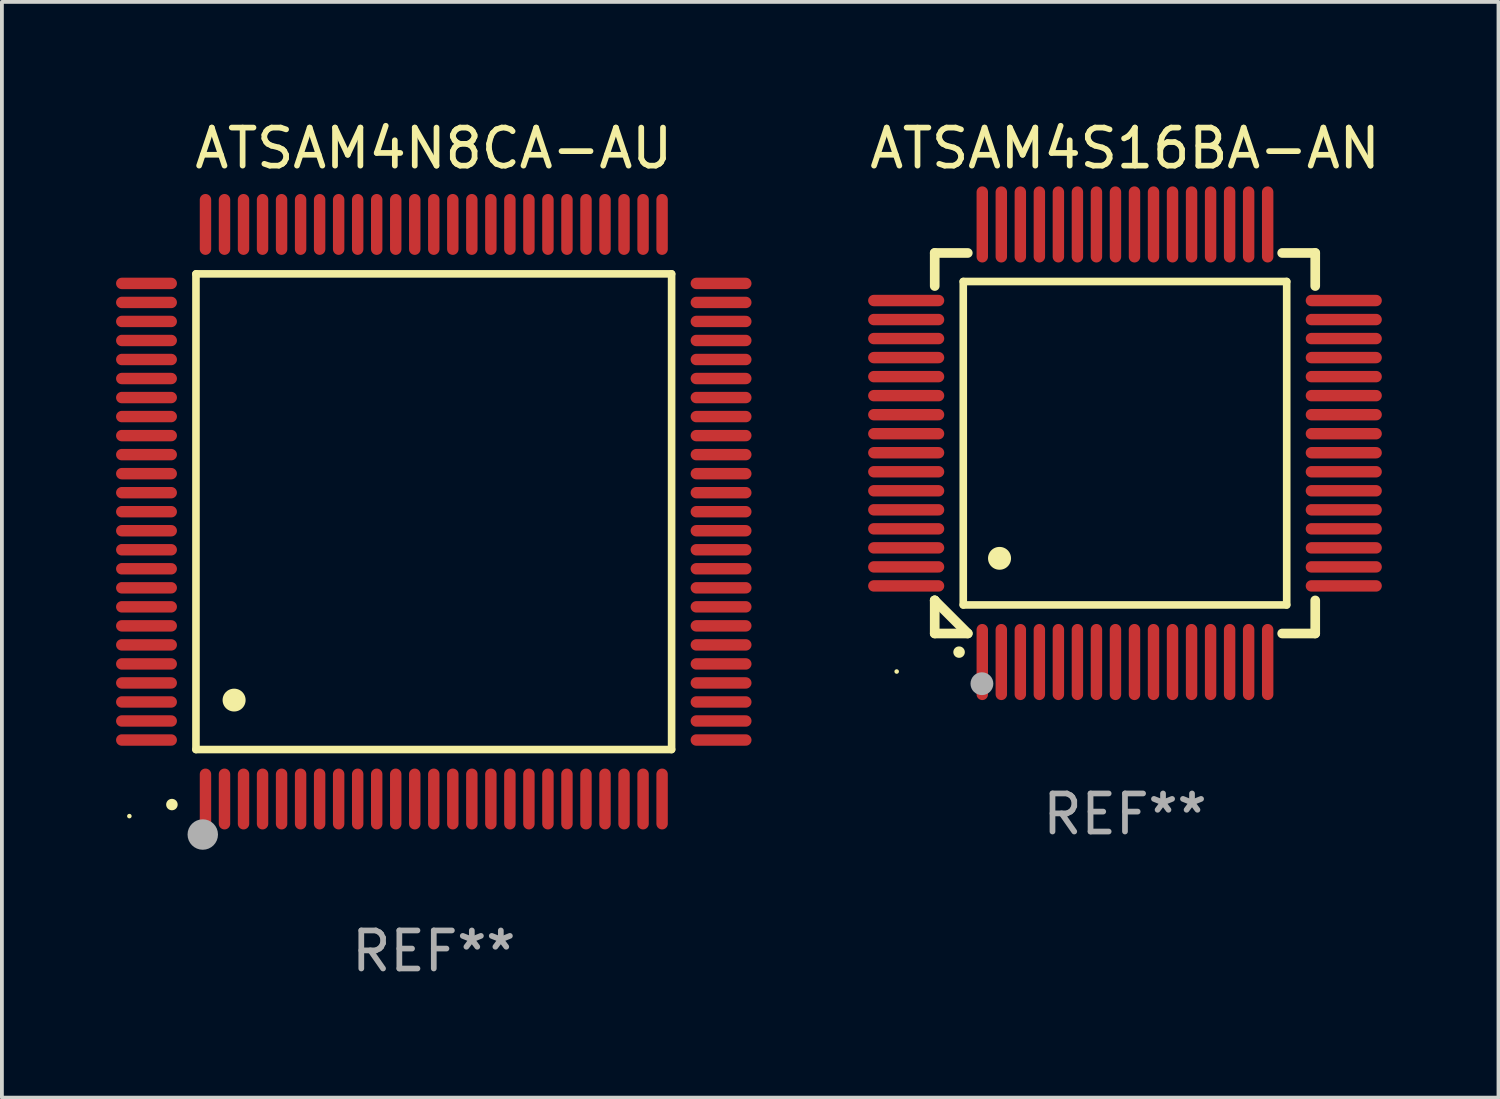
<source format=kicad_pcb>
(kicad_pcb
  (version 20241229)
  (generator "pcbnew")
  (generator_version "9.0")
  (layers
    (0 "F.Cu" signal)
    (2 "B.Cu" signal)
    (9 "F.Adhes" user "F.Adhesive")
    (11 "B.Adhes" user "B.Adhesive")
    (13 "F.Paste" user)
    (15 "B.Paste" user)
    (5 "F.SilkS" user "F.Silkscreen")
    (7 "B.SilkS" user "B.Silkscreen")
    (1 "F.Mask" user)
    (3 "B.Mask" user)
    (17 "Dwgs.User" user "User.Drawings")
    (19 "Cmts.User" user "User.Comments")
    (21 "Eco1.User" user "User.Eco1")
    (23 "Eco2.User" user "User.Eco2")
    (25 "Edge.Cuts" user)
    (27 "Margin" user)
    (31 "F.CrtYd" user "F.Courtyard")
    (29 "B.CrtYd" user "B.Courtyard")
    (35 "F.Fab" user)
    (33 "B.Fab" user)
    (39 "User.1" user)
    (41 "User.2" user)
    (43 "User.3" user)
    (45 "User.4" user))
  (footprint "ATSAM4S16BA-AN"
    (layer "F.Cu")
    (at 26.515 8.598)
    (property "Reference" "ATSAM4S16BA-AN" (at 0 -7.75 0) (layer "F.SilkS") (effects (font (size 1 1) (thickness 0.15))))
    (attr through_hole)
    (fp_line (start -5 -5) (end -4.131 -5) (stroke (width 0.254) (type solid)) (layer "F.SilkS"))
    (fp_line (start -5 -4.131) (end -5 -5) (stroke (width 0.254) (type solid)) (layer "F.SilkS"))
    (fp_line (start -5 4.131) (end -5 4.131) (stroke (width 0.254) (type solid)) (layer "F.SilkS"))
    (fp_line (start -5 5) (end -5 4.131) (stroke (width 0.254) (type solid)) (layer "F.SilkS"))
    (fp_line (start -5 4.131) (end -4.131 5) (stroke (width 0.254) (type solid)) (layer "F.SilkS"))
    (fp_line (start -4.25 -4.25) (end -4.25 4.25) (stroke (width 0.2) (type solid)) (layer "F.SilkS"))
    (fp_line (start -4.25 4.25) (end 4.25 4.25) (stroke (width 0.2) (type solid)) (layer "F.SilkS"))
    (fp_line (start -4.131 5) (end -5 5) (stroke (width 0.254) (type solid)) (layer "F.SilkS"))
    (fp_line (start 4.25 -4.25) (end -4.25 -4.25) (stroke (width 0.2) (type solid)) (layer "F.SilkS"))
    (fp_line (start 4.25 4.25) (end 4.25 -4.25) (stroke (width 0.2) (type solid)) (layer "F.SilkS"))
    (fp_line (start 5 -5) (end 4.131 -5) (stroke (width 0.254) (type solid)) (layer "F.SilkS"))
    (fp_line (start 5 -5) (end 5 -4.131) (stroke (width 0.254) (type solid)) (layer "F.SilkS"))
    (fp_line (start 5 4.131) (end 5 5) (stroke (width 0.254) (type solid)) (layer "F.SilkS"))
    (fp_line (start 5 5) (end 4.131 5) (stroke (width 0.254) (type solid)) (layer "F.SilkS"))
    (fp_arc (start -4.361265 5.489992) (mid -4.359995 5.489987) (end -4.358725 5.489992) (stroke (width 0.3) (type solid)) (layer "F.SilkS"))
    (fp_arc (start -3.299467 3.025146) (mid -3.296927 3.025135) (end -3.294387 3.025146) (stroke (width 0.6) (type solid)) (layer "F.SilkS"))
    (fp_circle (center -6 6) (end -5.97 6) (stroke (width 0.06) (type solid)) (fill no) (layer "F.SilkS"))
    (fp_circle (center -3.76 6.32) (end -3.61 6.32) (stroke (width 0.3) (type solid)) (fill no) (layer "F.Fab"))
    (fp_text user "REF**" (at 0 9.75 0) (layer "F.Fab") (effects (font (size 1 1) (thickness 0.15))))
    (pad "1" smd oval (at -3.75 5.75) (size 0.3 2) (layers "F.Cu" "F.Mask" "F.Paste"))
    (pad "2" smd oval (at -3.25 5.75) (size 0.3 2) (layers "F.Cu" "F.Mask" "F.Paste"))
    (pad "3" smd oval (at -2.75 5.75) (size 0.3 2) (layers "F.Cu" "F.Mask" "F.Paste"))
    (pad "4" smd oval (at -2.25 5.75) (size 0.3 2) (layers "F.Cu" "F.Mask" "F.Paste"))
    (pad "5" smd oval (at -1.75 5.75) (size 0.3 2) (layers "F.Cu" "F.Mask" "F.Paste"))
    (pad "6" smd oval (at -1.25 5.75) (size 0.3 2) (layers "F.Cu" "F.Mask" "F.Paste"))
    (pad "7" smd oval (at -0.75 5.75) (size 0.3 2) (layers "F.Cu" "F.Mask" "F.Paste"))
    (pad "8" smd oval (at -0.25 5.75) (size 0.3 2) (layers "F.Cu" "F.Mask" "F.Paste"))
    (pad "9" smd oval (at 0.25 5.75) (size 0.3 2) (layers "F.Cu" "F.Mask" "F.Paste"))
    (pad "10" smd oval (at 0.75 5.75) (size 0.3 2) (layers "F.Cu" "F.Mask" "F.Paste"))
    (pad "11" smd oval (at 1.25 5.75) (size 0.3 2) (layers "F.Cu" "F.Mask" "F.Paste"))
    (pad "12" smd oval (at 1.75 5.75) (size 0.3 2) (layers "F.Cu" "F.Mask" "F.Paste"))
    (pad "13" smd oval (at 2.25 5.75) (size 0.3 2) (layers "F.Cu" "F.Mask" "F.Paste"))
    (pad "14" smd oval (at 2.75 5.75) (size 0.3 2) (layers "F.Cu" "F.Mask" "F.Paste"))
    (pad "15" smd oval (at 3.25 5.75) (size 0.3 2) (layers "F.Cu" "F.Mask" "F.Paste"))
    (pad "16" smd oval (at 3.75 5.75) (size 0.3 2) (layers "F.Cu" "F.Mask" "F.Paste"))
    (pad "17" smd oval (at 5.75 3.75) (size 2 0.3) (layers "F.Cu" "F.Mask" "F.Paste"))
    (pad "18" smd oval (at 5.75 3.25) (size 2 0.3) (layers "F.Cu" "F.Mask" "F.Paste"))
    (pad "19" smd oval (at 5.75 2.75) (size 2 0.3) (layers "F.Cu" "F.Mask" "F.Paste"))
    (pad "20" smd oval (at 5.75 2.25) (size 2 0.3) (layers "F.Cu" "F.Mask" "F.Paste"))
    (pad "21" smd oval (at 5.75 1.75) (size 2 0.3) (layers "F.Cu" "F.Mask" "F.Paste"))
    (pad "22" smd oval (at 5.75 1.25) (size 2 0.3) (layers "F.Cu" "F.Mask" "F.Paste"))
    (pad "23" smd oval (at 5.75 0.75) (size 2 0.3) (layers "F.Cu" "F.Mask" "F.Paste"))
    (pad "24" smd oval (at 5.75 0.25) (size 2 0.3) (layers "F.Cu" "F.Mask" "F.Paste"))
    (pad "25" smd oval (at 5.75 -0.25) (size 2 0.3) (layers "F.Cu" "F.Mask" "F.Paste"))
    (pad "26" smd oval (at 5.75 -0.75) (size 2 0.3) (layers "F.Cu" "F.Mask" "F.Paste"))
    (pad "27" smd oval (at 5.75 -1.25) (size 2 0.3) (layers "F.Cu" "F.Mask" "F.Paste"))
    (pad "28" smd oval (at 5.75 -1.75) (size 2 0.3) (layers "F.Cu" "F.Mask" "F.Paste"))
    (pad "29" smd oval (at 5.75 -2.25) (size 2 0.3) (layers "F.Cu" "F.Mask" "F.Paste"))
    (pad "30" smd oval (at 5.75 -2.75) (size 2 0.3) (layers "F.Cu" "F.Mask" "F.Paste"))
    (pad "31" smd oval (at 5.75 -3.25) (size 2 0.3) (layers "F.Cu" "F.Mask" "F.Paste"))
    (pad "32" smd oval (at 5.75 -3.75) (size 2 0.3) (layers "F.Cu" "F.Mask" "F.Paste"))
    (pad "33" smd oval (at 3.75 -5.75) (size 0.3 2) (layers "F.Cu" "F.Mask" "F.Paste"))
    (pad "34" smd oval (at 3.25 -5.75) (size 0.3 2) (layers "F.Cu" "F.Mask" "F.Paste"))
    (pad "35" smd oval (at 2.75 -5.75) (size 0.3 2) (layers "F.Cu" "F.Mask" "F.Paste"))
    (pad "36" smd oval (at 2.25 -5.75) (size 0.3 2) (layers "F.Cu" "F.Mask" "F.Paste"))
    (pad "37" smd oval (at 1.75 -5.75) (size 0.3 2) (layers "F.Cu" "F.Mask" "F.Paste"))
    (pad "38" smd oval (at 1.25 -5.75) (size 0.3 2) (layers "F.Cu" "F.Mask" "F.Paste"))
    (pad "39" smd oval (at 0.75 -5.75) (size 0.3 2) (layers "F.Cu" "F.Mask" "F.Paste"))
    (pad "40" smd oval (at 0.25 -5.75) (size 0.3 2) (layers "F.Cu" "F.Mask" "F.Paste"))
    (pad "41" smd oval (at -0.25 -5.75) (size 0.3 2) (layers "F.Cu" "F.Mask" "F.Paste"))
    (pad "42" smd oval (at -0.75 -5.75) (size 0.3 2) (layers "F.Cu" "F.Mask" "F.Paste"))
    (pad "43" smd oval (at -1.25 -5.75) (size 0.3 2) (layers "F.Cu" "F.Mask" "F.Paste"))
    (pad "44" smd oval (at -1.75 -5.75) (size 0.3 2) (layers "F.Cu" "F.Mask" "F.Paste"))
    (pad "45" smd oval (at -2.25 -5.75) (size 0.3 2) (layers "F.Cu" "F.Mask" "F.Paste"))
    (pad "46" smd oval (at -2.75 -5.75) (size 0.3 2) (layers "F.Cu" "F.Mask" "F.Paste"))
    (pad "47" smd oval (at -3.25 -5.75) (size 0.3 2) (layers "F.Cu" "F.Mask" "F.Paste"))
    (pad "48" smd oval (at -3.75 -5.75) (size 0.3 2) (layers "F.Cu" "F.Mask" "F.Paste"))
    (pad "49" smd oval (at -5.75 -3.75) (size 2 0.3) (layers "F.Cu" "F.Mask" "F.Paste"))
    (pad "50" smd oval (at -5.75 -3.25) (size 2 0.3) (layers "F.Cu" "F.Mask" "F.Paste"))
    (pad "51" smd oval (at -5.75 -2.75) (size 2 0.3) (layers "F.Cu" "F.Mask" "F.Paste"))
    (pad "52" smd oval (at -5.75 -2.25) (size 2 0.3) (layers "F.Cu" "F.Mask" "F.Paste"))
    (pad "53" smd oval (at -5.75 -1.75) (size 2 0.3) (layers "F.Cu" "F.Mask" "F.Paste"))
    (pad "54" smd oval (at -5.75 -1.25) (size 2 0.3) (layers "F.Cu" "F.Mask" "F.Paste"))
    (pad "55" smd oval (at -5.75 -0.75) (size 2 0.3) (layers "F.Cu" "F.Mask" "F.Paste"))
    (pad "56" smd oval (at -5.75 -0.25) (size 2 0.3) (layers "F.Cu" "F.Mask" "F.Paste"))
    (pad "57" smd oval (at -5.75 0.25) (size 2 0.3) (layers "F.Cu" "F.Mask" "F.Paste"))
    (pad "58" smd oval (at -5.75 0.75) (size 2 0.3) (layers "F.Cu" "F.Mask" "F.Paste"))
    (pad "59" smd oval (at -5.75 1.25) (size 2 0.3) (layers "F.Cu" "F.Mask" "F.Paste"))
    (pad "60" smd oval (at -5.75 1.75) (size 2 0.3) (layers "F.Cu" "F.Mask" "F.Paste"))
    (pad "61" smd oval (at -5.75 2.25) (size 2 0.3) (layers "F.Cu" "F.Mask" "F.Paste"))
    (pad "62" smd oval (at -5.75 2.75) (size 2 0.3) (layers "F.Cu" "F.Mask" "F.Paste"))
    (pad "63" smd oval (at -5.75 3.25) (size 2 0.3) (layers "F.Cu" "F.Mask" "F.Paste"))
    (pad "64" smd oval (at -5.75 3.75) (size 2 0.3) (layers "F.Cu" "F.Mask" "F.Paste")))
  (footprint "ATSAM4N8CA-AU"
    (layer "F.Cu")
    (at 8.35 10.398)
    (property "Reference" "ATSAM4N8CA-AU" (at 0 -9.55 0) (layer "F.SilkS") (effects (font (size 1 1) (thickness 0.15))))
    (attr through_hole)
    (fp_line (start -6.25 -6.25) (end -6.25 6.25) (stroke (width 0.2) (type solid)) (layer "F.SilkS"))
    (fp_line (start -6.25 6.25) (end 6.25 6.25) (stroke (width 0.2) (type solid)) (layer "F.SilkS"))
    (fp_line (start 6.25 -6.25) (end -6.25 -6.25) (stroke (width 0.2) (type solid)) (layer "F.SilkS"))
    (fp_line (start 6.25 6.25) (end 6.25 -6.25) (stroke (width 0.2) (type solid)) (layer "F.SilkS"))
    (fp_arc (start -6.883414 7.696215) (mid -6.882144 7.69621) (end -6.880874 7.696215) (stroke (width 0.3) (type solid)) (layer "F.SilkS"))
    (fp_arc (start -5.250191 4.95047) (mid -5.247651 4.950459) (end -5.245111 4.95047) (stroke (width 0.6) (type solid)) (layer "F.SilkS"))
    (fp_circle (center -8 8) (end -7.97 8) (stroke (width 0.06) (type solid)) (fill no) (layer "F.SilkS"))
    (fp_circle (center -6.071 8.484) (end -5.871 8.484) (stroke (width 0.4) (type solid)) (fill no) (layer "F.Fab"))
    (fp_text user "REF**" (at 0 11.55 0) (layer "F.Fab") (effects (font (size 1 1) (thickness 0.15))))
    (pad "1" smd oval (at -6 7.55) (size 0.3 1.6) (layers "F.Cu" "F.Mask" "F.Paste"))
    (pad "2" smd oval (at -5.5 7.55) (size 0.3 1.6) (layers "F.Cu" "F.Mask" "F.Paste"))
    (pad "3" smd oval (at -5 7.55) (size 0.3 1.6) (layers "F.Cu" "F.Mask" "F.Paste"))
    (pad "4" smd oval (at -4.5 7.55) (size 0.3 1.6) (layers "F.Cu" "F.Mask" "F.Paste"))
    (pad "5" smd oval (at -4 7.55) (size 0.3 1.6) (layers "F.Cu" "F.Mask" "F.Paste"))
    (pad "6" smd oval (at -3.5 7.55) (size 0.3 1.6) (layers "F.Cu" "F.Mask" "F.Paste"))
    (pad "7" smd oval (at -3 7.55) (size 0.3 1.6) (layers "F.Cu" "F.Mask" "F.Paste"))
    (pad "8" smd oval (at -2.5 7.55) (size 0.3 1.6) (layers "F.Cu" "F.Mask" "F.Paste"))
    (pad "9" smd oval (at -2 7.55) (size 0.3 1.6) (layers "F.Cu" "F.Mask" "F.Paste"))
    (pad "10" smd oval (at -1.5 7.55) (size 0.3 1.6) (layers "F.Cu" "F.Mask" "F.Paste"))
    (pad "11" smd oval (at -1 7.55) (size 0.3 1.6) (layers "F.Cu" "F.Mask" "F.Paste"))
    (pad "12" smd oval (at -0.5 7.55) (size 0.3 1.6) (layers "F.Cu" "F.Mask" "F.Paste"))
    (pad "13" smd oval (at 0 7.55) (size 0.3 1.6) (layers "F.Cu" "F.Mask" "F.Paste"))
    (pad "14" smd oval (at 0.5 7.55) (size 0.3 1.6) (layers "F.Cu" "F.Mask" "F.Paste"))
    (pad "15" smd oval (at 1 7.55) (size 0.3 1.6) (layers "F.Cu" "F.Mask" "F.Paste"))
    (pad "16" smd oval (at 1.5 7.55) (size 0.3 1.6) (layers "F.Cu" "F.Mask" "F.Paste"))
    (pad "17" smd oval (at 2 7.55) (size 0.3 1.6) (layers "F.Cu" "F.Mask" "F.Paste"))
    (pad "18" smd oval (at 2.5 7.55) (size 0.3 1.6) (layers "F.Cu" "F.Mask" "F.Paste"))
    (pad "19" smd oval (at 3 7.55) (size 0.3 1.6) (layers "F.Cu" "F.Mask" "F.Paste"))
    (pad "20" smd oval (at 3.5 7.55) (size 0.3 1.6) (layers "F.Cu" "F.Mask" "F.Paste"))
    (pad "21" smd oval (at 4 7.55) (size 0.3 1.6) (layers "F.Cu" "F.Mask" "F.Paste"))
    (pad "22" smd oval (at 4.5 7.55) (size 0.3 1.6) (layers "F.Cu" "F.Mask" "F.Paste"))
    (pad "23" smd oval (at 5 7.55) (size 0.3 1.6) (layers "F.Cu" "F.Mask" "F.Paste"))
    (pad "24" smd oval (at 5.5 7.55) (size 0.3 1.6) (layers "F.Cu" "F.Mask" "F.Paste"))
    (pad "25" smd oval (at 6 7.55) (size 0.3 1.6) (layers "F.Cu" "F.Mask" "F.Paste"))
    (pad "26" smd oval (at 7.55 6) (size 1.6 0.3) (layers "F.Cu" "F.Mask" "F.Paste"))
    (pad "27" smd oval (at 7.55 5.5) (size 1.6 0.3) (layers "F.Cu" "F.Mask" "F.Paste"))
    (pad "28" smd oval (at 7.55 5) (size 1.6 0.3) (layers "F.Cu" "F.Mask" "F.Paste"))
    (pad "29" smd oval (at 7.55 4.5) (size 1.6 0.3) (layers "F.Cu" "F.Mask" "F.Paste"))
    (pad "30" smd oval (at 7.55 4) (size 1.6 0.3) (layers "F.Cu" "F.Mask" "F.Paste"))
    (pad "31" smd oval (at 7.55 3.5) (size 1.6 0.3) (layers "F.Cu" "F.Mask" "F.Paste"))
    (pad "32" smd oval (at 7.55 3) (size 1.6 0.3) (layers "F.Cu" "F.Mask" "F.Paste"))
    (pad "33" smd oval (at 7.55 2.5) (size 1.6 0.3) (layers "F.Cu" "F.Mask" "F.Paste"))
    (pad "34" smd oval (at 7.55 2) (size 1.6 0.3) (layers "F.Cu" "F.Mask" "F.Paste"))
    (pad "35" smd oval (at 7.55 1.5) (size 1.6 0.3) (layers "F.Cu" "F.Mask" "F.Paste"))
    (pad "36" smd oval (at 7.55 1) (size 1.6 0.3) (layers "F.Cu" "F.Mask" "F.Paste"))
    (pad "37" smd oval (at 7.55 0.5) (size 1.6 0.3) (layers "F.Cu" "F.Mask" "F.Paste"))
    (pad "38" smd oval (at 7.55 0) (size 1.6 0.3) (layers "F.Cu" "F.Mask" "F.Paste"))
    (pad "39" smd oval (at 7.55 -0.5) (size 1.6 0.3) (layers "F.Cu" "F.Mask" "F.Paste"))
    (pad "40" smd oval (at 7.55 -1) (size 1.6 0.3) (layers "F.Cu" "F.Mask" "F.Paste"))
    (pad "41" smd oval (at 7.55 -1.5) (size 1.6 0.3) (layers "F.Cu" "F.Mask" "F.Paste"))
    (pad "42" smd oval (at 7.55 -2) (size 1.6 0.3) (layers "F.Cu" "F.Mask" "F.Paste"))
    (pad "43" smd oval (at 7.55 -2.5) (size 1.6 0.3) (layers "F.Cu" "F.Mask" "F.Paste"))
    (pad "44" smd oval (at 7.55 -3) (size 1.6 0.3) (layers "F.Cu" "F.Mask" "F.Paste"))
    (pad "45" smd oval (at 7.55 -3.5) (size 1.6 0.3) (layers "F.Cu" "F.Mask" "F.Paste"))
    (pad "46" smd oval (at 7.55 -4) (size 1.6 0.3) (layers "F.Cu" "F.Mask" "F.Paste"))
    (pad "47" smd oval (at 7.55 -4.5) (size 1.6 0.3) (layers "F.Cu" "F.Mask" "F.Paste"))
    (pad "48" smd oval (at 7.55 -5) (size 1.6 0.3) (layers "F.Cu" "F.Mask" "F.Paste"))
    (pad "49" smd oval (at 7.55 -5.5) (size 1.6 0.3) (layers "F.Cu" "F.Mask" "F.Paste"))
    (pad "50" smd oval (at 7.55 -6) (size 1.6 0.3) (layers "F.Cu" "F.Mask" "F.Paste"))
    (pad "51" smd oval (at 6 -7.55) (size 0.3 1.6) (layers "F.Cu" "F.Mask" "F.Paste"))
    (pad "52" smd oval (at 5.5 -7.55) (size 0.3 1.6) (layers "F.Cu" "F.Mask" "F.Paste"))
    (pad "53" smd oval (at 5 -7.55) (size 0.3 1.6) (layers "F.Cu" "F.Mask" "F.Paste"))
    (pad "54" smd oval (at 4.5 -7.55) (size 0.3 1.6) (layers "F.Cu" "F.Mask" "F.Paste"))
    (pad "55" smd oval (at 4 -7.55) (size 0.3 1.6) (layers "F.Cu" "F.Mask" "F.Paste"))
    (pad "56" smd oval (at 3.5 -7.55) (size 0.3 1.6) (layers "F.Cu" "F.Mask" "F.Paste"))
    (pad "57" smd oval (at 3 -7.55) (size 0.3 1.6) (layers "F.Cu" "F.Mask" "F.Paste"))
    (pad "58" smd oval (at 2.5 -7.55) (size 0.3 1.6) (layers "F.Cu" "F.Mask" "F.Paste"))
    (pad "59" smd oval (at 2 -7.55) (size 0.3 1.6) (layers "F.Cu" "F.Mask" "F.Paste"))
    (pad "60" smd oval (at 1.5 -7.55) (size 0.3 1.6) (layers "F.Cu" "F.Mask" "F.Paste"))
    (pad "61" smd oval (at 1 -7.55) (size 0.3 1.6) (layers "F.Cu" "F.Mask" "F.Paste"))
    (pad "62" smd oval (at 0.5 -7.55) (size 0.3 1.6) (layers "F.Cu" "F.Mask" "F.Paste"))
    (pad "63" smd oval (at 0 -7.55) (size 0.3 1.6) (layers "F.Cu" "F.Mask" "F.Paste"))
    (pad "64" smd oval (at -0.5 -7.55) (size 0.3 1.6) (layers "F.Cu" "F.Mask" "F.Paste"))
    (pad "65" smd oval (at -1 -7.55) (size 0.3 1.6) (layers "F.Cu" "F.Mask" "F.Paste"))
    (pad "66" smd oval (at -1.5 -7.55) (size 0.3 1.6) (layers "F.Cu" "F.Mask" "F.Paste"))
    (pad "67" smd oval (at -2 -7.55) (size 0.3 1.6) (layers "F.Cu" "F.Mask" "F.Paste"))
    (pad "68" smd oval (at -2.5 -7.55) (size 0.3 1.6) (layers "F.Cu" "F.Mask" "F.Paste"))
    (pad "69" smd oval (at -3 -7.55) (size 0.3 1.6) (layers "F.Cu" "F.Mask" "F.Paste"))
    (pad "70" smd oval (at -3.5 -7.55) (size 0.3 1.6) (layers "F.Cu" "F.Mask" "F.Paste"))
    (pad "71" smd oval (at -4 -7.55) (size 0.3 1.6) (layers "F.Cu" "F.Mask" "F.Paste"))
    (pad "72" smd oval (at -4.5 -7.55) (size 0.3 1.6) (layers "F.Cu" "F.Mask" "F.Paste"))
    (pad "73" smd oval (at -5 -7.55) (size 0.3 1.6) (layers "F.Cu" "F.Mask" "F.Paste"))
    (pad "74" smd oval (at -5.5 -7.55) (size 0.3 1.6) (layers "F.Cu" "F.Mask" "F.Paste"))
    (pad "75" smd oval (at -6 -7.55) (size 0.3 1.6) (layers "F.Cu" "F.Mask" "F.Paste"))
    (pad "76" smd oval (at -7.55 -6) (size 1.6 0.3) (layers "F.Cu" "F.Mask" "F.Paste"))
    (pad "77" smd oval (at -7.55 -5.5) (size 1.6 0.3) (layers "F.Cu" "F.Mask" "F.Paste"))
    (pad "78" smd oval (at -7.55 -5) (size 1.6 0.3) (layers "F.Cu" "F.Mask" "F.Paste"))
    (pad "79" smd oval (at -7.55 -4.5) (size 1.6 0.3) (layers "F.Cu" "F.Mask" "F.Paste"))
    (pad "80" smd oval (at -7.55 -4) (size 1.6 0.3) (layers "F.Cu" "F.Mask" "F.Paste"))
    (pad "81" smd oval (at -7.55 -3.5) (size 1.6 0.3) (layers "F.Cu" "F.Mask" "F.Paste"))
    (pad "82" smd oval (at -7.55 -3) (size 1.6 0.3) (layers "F.Cu" "F.Mask" "F.Paste"))
    (pad "83" smd oval (at -7.55 -2.5) (size 1.6 0.3) (layers "F.Cu" "F.Mask" "F.Paste"))
    (pad "84" smd oval (at -7.55 -2) (size 1.6 0.3) (layers "F.Cu" "F.Mask" "F.Paste"))
    (pad "85" smd oval (at -7.55 -1.5) (size 1.6 0.3) (layers "F.Cu" "F.Mask" "F.Paste"))
    (pad "86" smd oval (at -7.55 -1) (size 1.6 0.3) (layers "F.Cu" "F.Mask" "F.Paste"))
    (pad "87" smd oval (at -7.55 -0.5) (size 1.6 0.3) (layers "F.Cu" "F.Mask" "F.Paste"))
    (pad "88" smd oval (at -7.55 0) (size 1.6 0.3) (layers "F.Cu" "F.Mask" "F.Paste"))
    (pad "89" smd oval (at -7.55 0.5) (size 1.6 0.3) (layers "F.Cu" "F.Mask" "F.Paste"))
    (pad "90" smd oval (at -7.55 1) (size 1.6 0.3) (layers "F.Cu" "F.Mask" "F.Paste"))
    (pad "91" smd oval (at -7.55 1.5) (size 1.6 0.3) (layers "F.Cu" "F.Mask" "F.Paste"))
    (pad "92" smd oval (at -7.55 2) (size 1.6 0.3) (layers "F.Cu" "F.Mask" "F.Paste"))
    (pad "93" smd oval (at -7.55 2.5) (size 1.6 0.3) (layers "F.Cu" "F.Mask" "F.Paste"))
    (pad "94" smd oval (at -7.55 3) (size 1.6 0.3) (layers "F.Cu" "F.Mask" "F.Paste"))
    (pad "95" smd oval (at -7.55 3.5) (size 1.6 0.3) (layers "F.Cu" "F.Mask" "F.Paste"))
    (pad "96" smd oval (at -7.55 4) (size 1.6 0.3) (layers "F.Cu" "F.Mask" "F.Paste"))
    (pad "97" smd oval (at -7.55 4.5) (size 1.6 0.3) (layers "F.Cu" "F.Mask" "F.Paste"))
    (pad "98" smd oval (at -7.55 5) (size 1.6 0.3) (layers "F.Cu" "F.Mask" "F.Paste"))
    (pad "99" smd oval (at -7.55 5.5) (size 1.6 0.3) (layers "F.Cu" "F.Mask" "F.Paste"))
    (pad "100" smd oval (at -7.55 6) (size 1.6 0.3) (layers "F.Cu" "F.Mask" "F.Paste")))
  (gr_rect
    (start -3 -3)
    (end 36.331 25.796)
    (stroke (width 0.1) (type default))
    (fill no)
    (layer "Edge.Cuts")))
</source>
